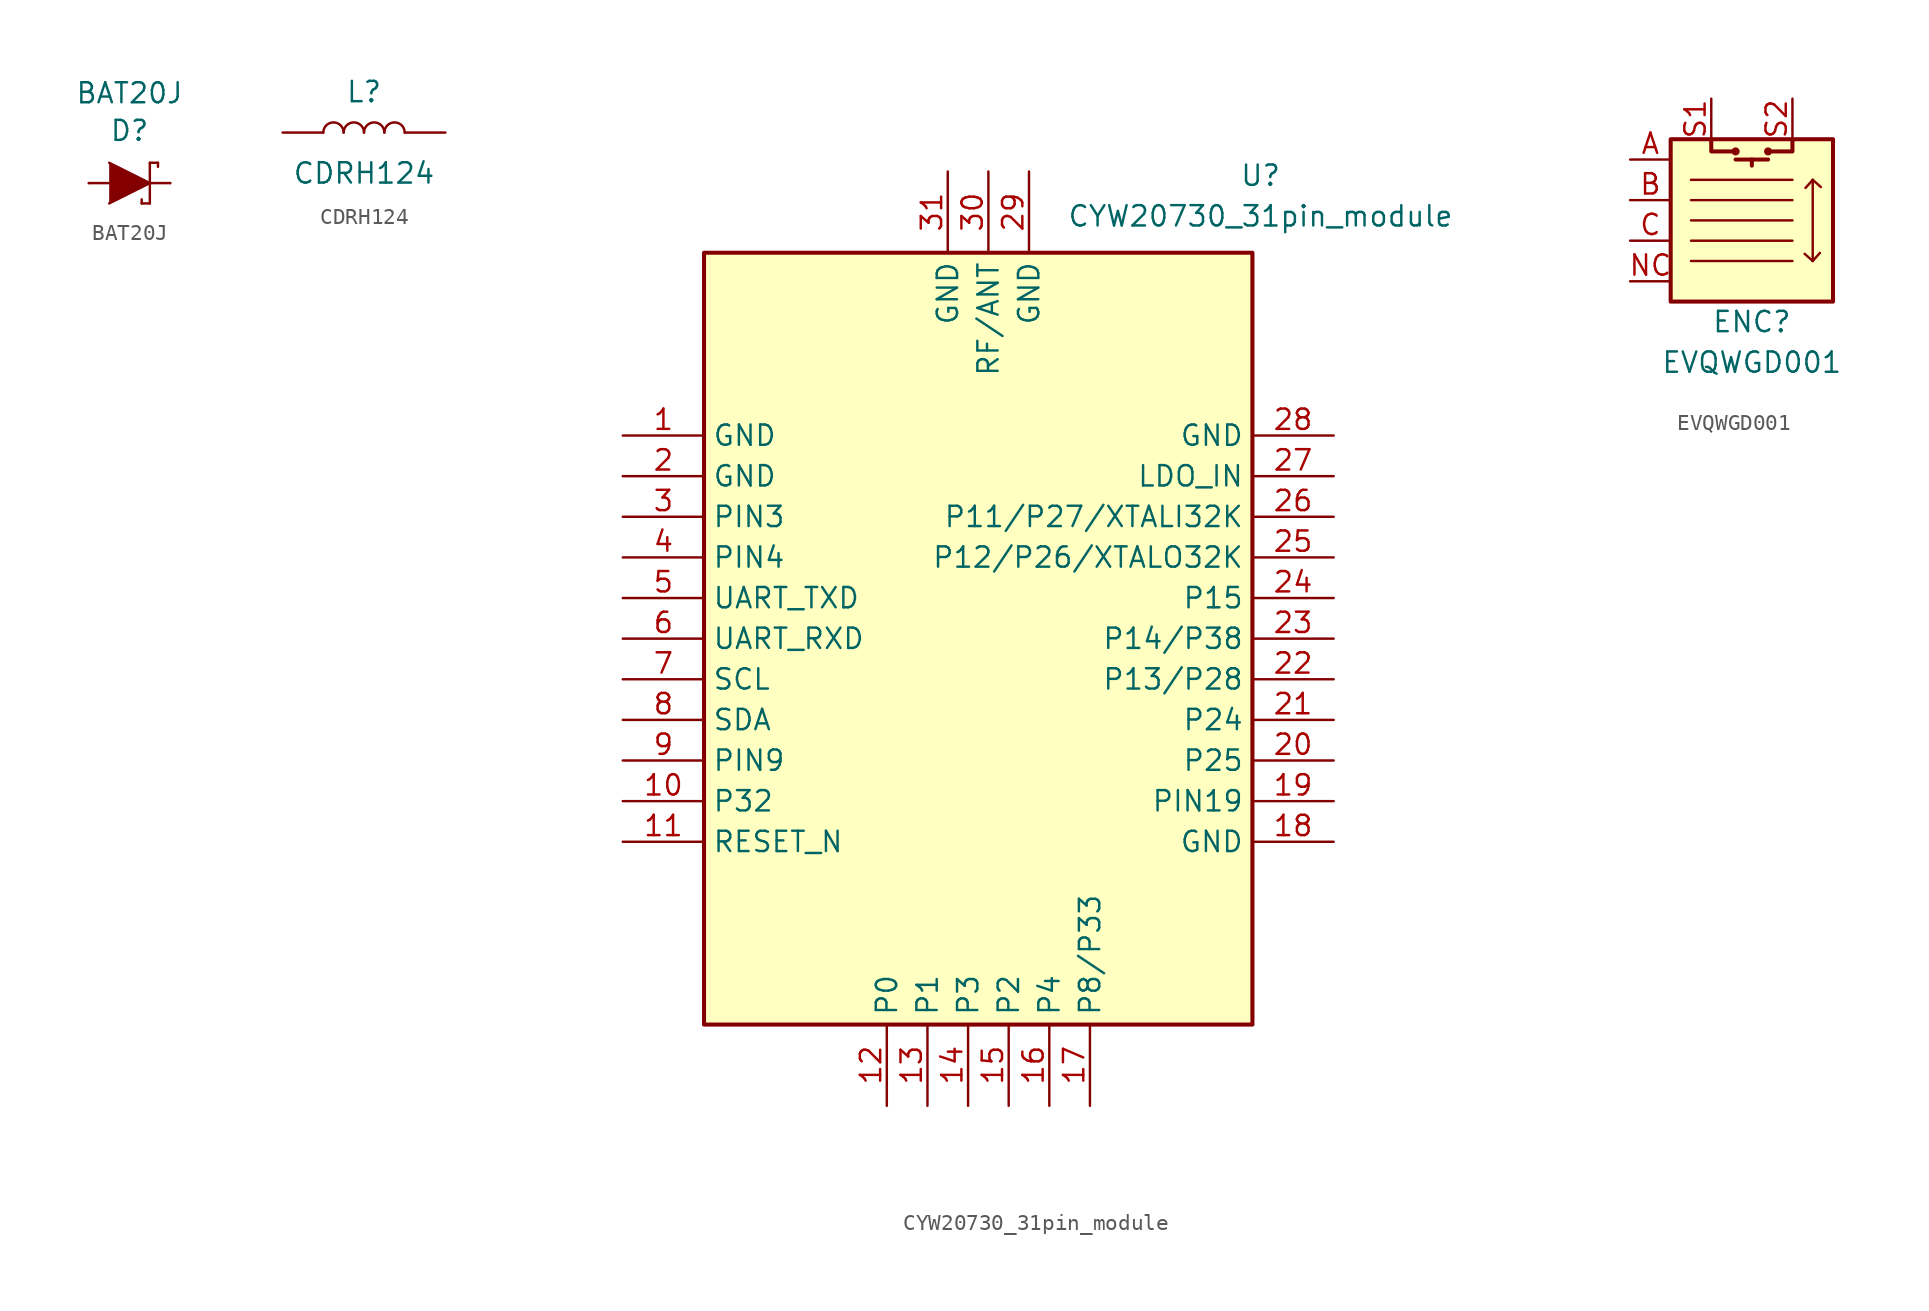
<source format=kicad_sym>
(kicad_symbol_lib
  (version 20231120)
  (generator "kicad_symbol_editor")
  (generator_version "8.0")
  (symbol "BAT20J"
    (property "Reference" "D"
      (at 0 2.54 0)
      (effects (font (size 1.25 1.25)) (justify bottom)))
    (property "Value" "BAT20J"
      (at 0 6.35 0)
      (effects (font (size 1.25 1.25)) (justify top)))
    (symbol "BAT20J_1_0"
      (polyline (pts (xy -2.54 0) (xy -1.27 0)) (stroke (width 0.152) (type default)) (fill (type none)))
      (polyline (pts (xy 0.762 -1.27) (xy 0.762 -1.016)) (stroke (width 0.152) (type default)) (fill (type none)))
      (polyline (pts (xy 1.27 -1.27) (xy 0.762 -1.27)) (stroke (width 0.152) (type default)) (fill (type none)))
      (polyline (pts (xy 1.27 0) (xy 1.27 -1.27)) (stroke (width 0.152) (type default)) (fill (type none)))
      (polyline (pts (xy 1.27 1.27) (xy 1.27 0)) (stroke (width 0.152) (type default)) (fill (type none)))
      (polyline (pts (xy 1.27 1.27) (xy 1.778 1.27)) (stroke (width 0.152) (type default)) (fill (type none)))
      (polyline (pts (xy 1.778 1.27) (xy 1.778 1.016)) (stroke (width 0.152) (type default)) (fill (type none)))
      (polyline (pts (xy 2.54 0) (xy 1.27 0)) (stroke (width 0.152) (type default)) (fill (type none)))
      (polyline (pts (xy -1.27 1.27) (xy 1.27 0) (xy -1.27 -1.27)) (stroke (width 0) (type default)) (fill (type outline)))
      (pin passive line (at -2.54 0 0) (length 0) (name "A" (effects (font (size 0 0)))) (number "A" (effects (font (size 0 0)))))
      (pin passive line (at 2.54 0 180) (length 0) (name "C" (effects (font (size 0 0)))) (number "C" (effects (font (size 0 0)))))))
  (symbol "CDRH124"
    (property "Reference" "L"
      (at 0 2.54 0)
      (effects (font (size 1.27 1.27))))
    (property "Value" "CDRH124"
      (at 0 -2.54 0)
      (effects (font (size 1.27 1.27))))
    (symbol "CDRH124_1_0"
      (arc (start -1.27 0) (mid -1.905 0.6323) (end -2.54 0) (stroke (width 0.1524) (type default)) (fill (type none)))
      (arc (start 0 0) (mid -0.635 0.6323) (end -1.27 0) (stroke (width 0.1524) (type default)) (fill (type none)))
      (arc (start 1.27 0) (mid 0.635 0.6323) (end 0 0) (stroke (width 0.1524) (type default)) (fill (type none)))
      (arc (start 2.54 0) (mid 1.905 0.6323) (end 1.27 0) (stroke (width 0.1524) (type default)) (fill (type none)))
      (pin passive line (at -5.08 0 0) (length 2.54) (name "1" (effects (font (size 0 0)))) (number "P$1" (effects (font (size 0 0)))))
      (pin passive line (at 5.08 0 180) (length 2.54) (name "2" (effects (font (size 0 0)))) (number "P$2" (effects (font (size 0 0)))))))
  (symbol "CYW20730_31pin_module"
    (property "Reference" "U"
      (at 17.018 27.686 0)
      (effects (font (size 1.27 1.27))))
    (property "Value" "CYW20730_31pin_module"
      (at 17.018 25.146 0)
      (effects (font (size 1.27 1.27))))
    (symbol "CYW20730_31pin_module_0_1"
      (rectangle (start -17.78 22.86) (end 16.51 -25.4) (stroke (width 0.254) (type default)) (fill (type background))))
    (symbol "CYW20730_31pin_module_1_1"
      (pin power_in line (at -22.86 11.43 0) (length 5.08) (name "GND" (effects (font (size 1.27 1.27)))) (number "1" (effects (font (size 1.27 1.27)))))
      (pin input line (at -22.86 -11.43 0) (length 5.08) (name "P32" (effects (font (size 1.27 1.27)))) (number "10" (effects (font (size 1.27 1.27)))))
      (pin bidirectional line (at -22.86 -13.97 0) (length 5.08) (name "RESET_N" (effects (font (size 1.27 1.27)))) (number "11" (effects (font (size 1.27 1.27)))))
      (pin input line (at -6.35 -30.48 90) (length 5.08) (name "P0" (effects (font (size 1.27 1.27)))) (number "12" (effects (font (size 1.27 1.27)))))
      (pin input line (at -3.81 -30.48 90) (length 5.08) (name "P1" (effects (font (size 1.27 1.27)))) (number "13" (effects (font (size 1.27 1.27)))))
      (pin input line (at -1.27 -30.48 90) (length 5.08) (name "P3" (effects (font (size 1.27 1.27)))) (number "14" (effects (font (size 1.27 1.27)))))
      (pin input line (at 1.27 -30.48 90) (length 5.08) (name "P2" (effects (font (size 1.27 1.27)))) (number "15" (effects (font (size 1.27 1.27)))))
      (pin input line (at 3.81 -30.48 90) (length 5.08) (name "P4" (effects (font (size 1.27 1.27)))) (number "16" (effects (font (size 1.27 1.27)))))
      (pin input line (at 6.35 -30.48 90) (length 5.08) (name "P8/P33" (effects (font (size 1.27 1.27)))) (number "17" (effects (font (size 1.27 1.27)))))
      (pin power_in line (at 21.59 -13.97 180) (length 5.08) (name "GND" (effects (font (size 1.27 1.27)))) (number "18" (effects (font (size 1.27 1.27)))))
      (pin bidirectional line (at 21.59 -11.43 180) (length 5.08) (name "PIN19" (effects (font (size 1.27 1.27)))) (number "19" (effects (font (size 1.27 1.27)))))
      (pin power_in line (at -22.86 8.89 0) (length 5.08) (name "GND" (effects (font (size 1.27 1.27)))) (number "2" (effects (font (size 1.27 1.27)))))
      (pin input line (at 21.59 -8.89 180) (length 5.08) (name "P25" (effects (font (size 1.27 1.27)))) (number "20" (effects (font (size 1.27 1.27)))))
      (pin input line (at 21.59 -6.35 180) (length 5.08) (name "P24" (effects (font (size 1.27 1.27)))) (number "21" (effects (font (size 1.27 1.27)))))
      (pin input line (at 21.59 -3.81 180) (length 5.08) (name "P13/P28" (effects (font (size 1.27 1.27)))) (number "22" (effects (font (size 1.27 1.27)))))
      (pin input line (at 21.59 -1.27 180) (length 5.08) (name "P14/P38" (effects (font (size 1.27 1.27)))) (number "23" (effects (font (size 1.27 1.27)))))
      (pin input line (at 21.59 1.27 180) (length 5.08) (name "P15" (effects (font (size 1.27 1.27)))) (number "24" (effects (font (size 1.27 1.27)))))
      (pin bidirectional line (at 21.59 3.81 180) (length 5.08) (name "P12/P26/XTALO32K" (effects (font (size 1.27 1.27)))) (number "25" (effects (font (size 1.27 1.27)))))
      (pin input line (at 21.59 6.35 180) (length 5.08) (name "P11/P27/XTALI32K" (effects (font (size 1.27 1.27)))) (number "26" (effects (font (size 1.27 1.27)))))
      (pin input line (at 21.59 8.89 180) (length 5.08) (name "LDO_IN" (effects (font (size 1.27 1.27)))) (number "27" (effects (font (size 1.27 1.27)))))
      (pin power_in line (at 21.59 11.43 180) (length 5.08) (name "GND" (effects (font (size 1.27 1.27)))) (number "28" (effects (font (size 1.27 1.27)))))
      (pin power_in line (at 2.54 27.94 270) (length 5.08) (name "GND" (effects (font (size 1.27 1.27)))) (number "29" (effects (font (size 1.27 1.27)))))
      (pin bidirectional line (at -22.86 6.35 0) (length 5.08) (name "PIN3" (effects (font (size 1.27 1.27)))) (number "3" (effects (font (size 1.27 1.27)))))
      (pin bidirectional line (at 0 27.94 270) (length 5.08) (name "RF/ANT" (effects (font (size 1.27 1.27)))) (number "30" (effects (font (size 1.27 1.27)))))
      (pin power_in line (at -2.54 27.94 270) (length 5.08) (name "GND" (effects (font (size 1.27 1.27)))) (number "31" (effects (font (size 1.27 1.27)))))
      (pin bidirectional line (at -22.86 3.81 0) (length 5.08) (name "PIN4" (effects (font (size 1.27 1.27)))) (number "4" (effects (font (size 1.27 1.27)))))
      (pin output line (at -22.86 1.27 0) (length 5.08) (name "UART_TXD" (effects (font (size 1.27 1.27)))) (number "5" (effects (font (size 1.27 1.27)))))
      (pin input line (at -22.86 -1.27 0) (length 5.08) (name "UART_RXD" (effects (font (size 1.27 1.27)))) (number "6" (effects (font (size 1.27 1.27)))))
      (pin bidirectional line (at -22.86 -3.81 0) (length 5.08) (name "SCL" (effects (font (size 1.27 1.27)))) (number "7" (effects (font (size 1.27 1.27)))))
      (pin bidirectional line (at -22.86 -6.35 0) (length 5.08) (name "SDA" (effects (font (size 1.27 1.27)))) (number "8" (effects (font (size 1.27 1.27)))))
      (pin bidirectional line (at -22.86 -8.89 0) (length 5.08) (name "PIN9" (effects (font (size 1.27 1.27)))) (number "9" (effects (font (size 1.27 1.27)))))))
  (symbol "EVQWGD001"
    (pin_names
      (offset 0.254) hide)
    (property "Reference" "ENC"
      (at 0 -6.35 0)
      (effects (font (size 1.27 1.27))))
    (property "Value" "EVQWGD001"
      (at 0 -8.89 0)
      (effects (font (size 1.27 1.27))))
    (symbol "EVQWGD001_0_1"
      (rectangle (start -5.08 5.08) (end 5.08 -5.08) (stroke (width 0.254) (type default)) (fill (type background)))
      (circle (center -1.016 4.318) (radius 0.127) (stroke (width 0.254) (type default)) (fill (type none)))
      (polyline (pts (xy -3.81 -2.54) (xy 2.54 -2.54)) (stroke (width 0.152) (type default)) (fill (type none)))
      (polyline (pts (xy -3.81 -1.27) (xy 2.54 -1.27)) (stroke (width 0.152) (type default)) (fill (type none)))
      (polyline (pts (xy -3.81 1.27) (xy 2.54 1.27)) (stroke (width 0.152) (type default)) (fill (type none)))
      (polyline (pts (xy -3.81 2.54) (xy 2.54 2.54)) (stroke (width 0.152) (type default)) (fill (type none)))
      (polyline (pts (xy -1.016 3.81) (xy 1.016 3.81)) (stroke (width 0.254) (type default)) (fill (type none)))
      (polyline (pts (xy 0 3.81) (xy 0 3.429)) (stroke (width 0.254) (type default)) (fill (type none)))
      (polyline (pts (xy 2.54 0) (xy -3.81 0)) (stroke (width 0.152) (type default)) (fill (type none)))
      (polyline (pts (xy 3.81 2.54) (xy 3.81 -2.54)) (stroke (width 0.152) (type default)) (fill (type none)))
      (polyline (pts (xy -2.54 5.08) (xy -2.54 4.318) (xy -1.016 4.318)) (stroke (width 0.254) (type default)) (fill (type none)))
      (polyline (pts (xy 2.54 5.08) (xy 2.54 4.318) (xy 1.016 4.318)) (stroke (width 0.254) (type default)) (fill (type none)))
      (polyline (pts (xy 3.81 -2.54) (xy 3.302 -2.089) (xy 3.311 -2.089)) (stroke (width 0.152) (type default)) (fill (type none)))
      (polyline (pts (xy 3.81 -2.54) (xy 4.261 -2.032) (xy 4.261 -2.041)) (stroke (width 0.152) (type default)) (fill (type none)))
      (polyline (pts (xy 3.81 2.54) (xy 3.359 2.032) (xy 3.359 2.041)) (stroke (width 0.152) (type default)) (fill (type none)))
      (polyline (pts (xy 3.81 2.54) (xy 4.318 2.089) (xy 4.309 2.089)) (stroke (width 0.152) (type default)) (fill (type none)))
      (circle (center 1.016 4.318) (radius 0.127) (stroke (width 0.254) (type default)) (fill (type none))))
    (symbol "EVQWGD001_1_1"
      (pin passive line (at -7.62 3.81 0) (length 2.54) (name "A" (effects (font (size 1.27 1.27)))) (number "A" (effects (font (size 1.27 1.27)))))
      (pin passive line (at -7.62 1.27 0) (length 2.54) (name "B" (effects (font (size 1.27 1.27)))) (number "B" (effects (font (size 1.27 1.27)))))
      (pin passive line (at -7.62 -1.27 0) (length 2.54) (name "C" (effects (font (size 1.27 1.27)))) (number "C" (effects (font (size 1.27 1.27)))))
      (pin passive line (at -7.62 -3.81 0) (length 2.54) (name "" (effects (font (size 1.27 1.27)))) (number "NC" (effects (font (size 1.27 1.27)))))
      (pin passive line (at -2.54 7.62 270) (length 2.54) (name "S1" (effects (font (size 1.27 1.27)))) (number "S1" (effects (font (size 1.27 1.27)))))
      (pin passive line (at 2.54 7.62 270) (length 2.54) (name "S2" (effects (font (size 1.27 1.27)))) (number "S2" (effects (font (size 1.27 1.27))))))))
</source>
